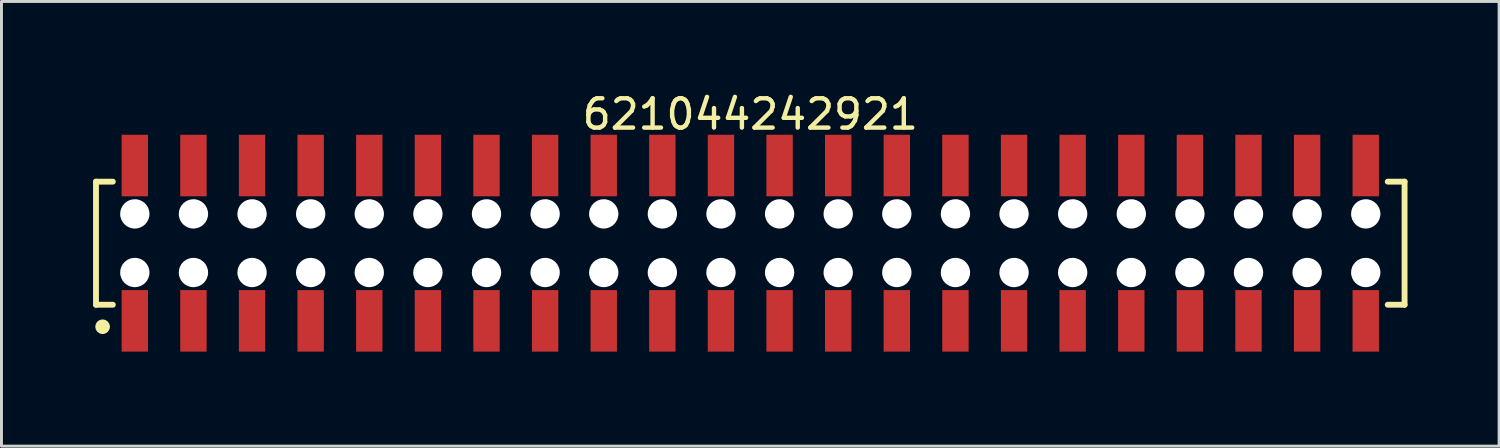
<source format=kicad_pcb>
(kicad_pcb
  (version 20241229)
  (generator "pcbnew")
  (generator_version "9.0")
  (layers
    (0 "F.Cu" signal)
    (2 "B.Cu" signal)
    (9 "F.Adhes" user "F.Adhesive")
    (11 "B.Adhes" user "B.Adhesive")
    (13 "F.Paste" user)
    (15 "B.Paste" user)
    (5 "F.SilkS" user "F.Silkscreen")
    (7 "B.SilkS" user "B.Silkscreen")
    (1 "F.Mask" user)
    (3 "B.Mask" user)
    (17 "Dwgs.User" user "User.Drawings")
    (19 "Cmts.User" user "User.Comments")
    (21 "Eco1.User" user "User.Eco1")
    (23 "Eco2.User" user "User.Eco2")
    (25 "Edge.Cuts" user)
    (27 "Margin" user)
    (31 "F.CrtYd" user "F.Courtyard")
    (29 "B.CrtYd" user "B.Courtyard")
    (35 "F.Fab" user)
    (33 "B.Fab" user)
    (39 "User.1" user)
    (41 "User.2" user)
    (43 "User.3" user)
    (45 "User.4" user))
  (footprint "621044242921"
    (layer "F.Cu")
    (at 22.55 5.248)
    (property "Reference" "621044242921" (at 0 -4.4 0) (layer "F.SilkS") (effects (font (size 1 1) (thickness 0.15))))
    (fp_line (start -22.325 -2.1) (end -21.75 -2.1) (stroke (width 0.2) (type solid)) (layer "F.SilkS"))
    (fp_line (start -22.325 2.1) (end -22.325 -2.1) (stroke (width 0.2) (type solid)) (layer "F.SilkS"))
    (fp_line (start -22.325 2.1) (end -21.75 2.1) (stroke (width 0.2) (type solid)) (layer "F.SilkS"))
    (fp_line (start 21.75 -2.1) (end 22.325 -2.1) (stroke (width 0.2) (type solid)) (layer "F.SilkS"))
    (fp_line (start 21.75 2.1) (end 22.325 2.1) (stroke (width 0.2) (type solid)) (layer "F.SilkS"))
    (fp_line (start 22.325 2.1) (end 22.325 -2.1) (stroke (width 0.2) (type solid)) (layer "F.SilkS"))
    (fp_circle (center -22.1 2.85) (end -22.1 2.725) (stroke (width 0.25) (type solid)) (fill no) (layer "F.SilkS"))
    (fp_line (start -22.525 -3.9) (end 22.525 -3.9) (stroke (width 0.05) (type solid)) (layer "Eco2.User"))
    (fp_line (start -22.525 3.9) (end -22.525 -3.9) (stroke (width 0.05) (type solid)) (layer "Eco2.User"))
    (fp_line (start -22.525 3.9) (end 22.525 3.9) (stroke (width 0.05) (type solid)) (layer "Eco2.User"))
    (fp_line (start -22.2 -2) (end 22.2 -2) (stroke (width 0.1) (type solid)) (layer "Eco2.User"))
    (fp_line (start -22.2 2) (end -22.2 -2) (stroke (width 0.1) (type solid)) (layer "Eco2.User"))
    (fp_line (start -22.2 2) (end 22.2 2) (stroke (width 0.1) (type solid)) (layer "Eco2.User"))
    (fp_line (start -21.25 -3.1) (end -20.75 -3.1) (stroke (width 0.1) (type solid)) (layer "Eco2.User"))
    (fp_line (start -21.25 -2) (end -21.25 -3.1) (stroke (width 0.1) (type solid)) (layer "Eco2.User"))
    (fp_line (start -21.25 3.1) (end -21.25 2) (stroke (width 0.1) (type solid)) (layer "Eco2.User"))
    (fp_line (start -21.25 3.1) (end -20.75 3.1) (stroke (width 0.1) (type solid)) (layer "Eco2.User"))
    (fp_line (start -20.75 -2) (end -20.75 -3.1) (stroke (width 0.1) (type solid)) (layer "Eco2.User"))
    (fp_line (start -20.75 3.1) (end -20.75 2) (stroke (width 0.1) (type solid)) (layer "Eco2.User"))
    (fp_line (start -19.25 -3.1) (end -18.75 -3.1) (stroke (width 0.1) (type solid)) (layer "Eco2.User"))
    (fp_line (start -19.25 -2) (end -19.25 -3.1) (stroke (width 0.1) (type solid)) (layer "Eco2.User"))
    (fp_line (start -19.25 3.1) (end -19.25 2) (stroke (width 0.1) (type solid)) (layer "Eco2.User"))
    (fp_line (start -19.25 3.1) (end -18.75 3.1) (stroke (width 0.1) (type solid)) (layer "Eco2.User"))
    (fp_line (start -18.75 -2) (end -18.75 -3.1) (stroke (width 0.1) (type solid)) (layer "Eco2.User"))
    (fp_line (start -18.75 3.1) (end -18.75 2) (stroke (width 0.1) (type solid)) (layer "Eco2.User"))
    (fp_line (start -17.25 -3.1) (end -16.75 -3.1) (stroke (width 0.1) (type solid)) (layer "Eco2.User"))
    (fp_line (start -17.25 -2) (end -17.25 -3.1) (stroke (width 0.1) (type solid)) (layer "Eco2.User"))
    (fp_line (start -17.25 3.1) (end -17.25 2) (stroke (width 0.1) (type solid)) (layer "Eco2.User"))
    (fp_line (start -17.25 3.1) (end -16.75 3.1) (stroke (width 0.1) (type solid)) (layer "Eco2.User"))
    (fp_line (start -16.75 -2) (end -16.75 -3.1) (stroke (width 0.1) (type solid)) (layer "Eco2.User"))
    (fp_line (start -16.75 3.1) (end -16.75 2) (stroke (width 0.1) (type solid)) (layer "Eco2.User"))
    (fp_line (start -15.25 -3.1) (end -14.75 -3.1) (stroke (width 0.1) (type solid)) (layer "Eco2.User"))
    (fp_line (start -15.25 -2) (end -15.25 -3.1) (stroke (width 0.1) (type solid)) (layer "Eco2.User"))
    (fp_line (start -15.25 3.1) (end -15.25 2) (stroke (width 0.1) (type solid)) (layer "Eco2.User"))
    (fp_line (start -15.25 3.1) (end -14.75 3.1) (stroke (width 0.1) (type solid)) (layer "Eco2.User"))
    (fp_line (start -14.75 -2) (end -14.75 -3.1) (stroke (width 0.1) (type solid)) (layer "Eco2.User"))
    (fp_line (start -14.75 3.1) (end -14.75 2) (stroke (width 0.1) (type solid)) (layer "Eco2.User"))
    (fp_line (start -13.25 -3.1) (end -12.75 -3.1) (stroke (width 0.1) (type solid)) (layer "Eco2.User"))
    (fp_line (start -13.25 -2) (end -13.25 -3.1) (stroke (width 0.1) (type solid)) (layer "Eco2.User"))
    (fp_line (start -13.25 3.1) (end -13.25 2) (stroke (width 0.1) (type solid)) (layer "Eco2.User"))
    (fp_line (start -13.25 3.1) (end -12.75 3.1) (stroke (width 0.1) (type solid)) (layer "Eco2.User"))
    (fp_line (start -12.75 -2) (end -12.75 -3.1) (stroke (width 0.1) (type solid)) (layer "Eco2.User"))
    (fp_line (start -12.75 3.1) (end -12.75 2) (stroke (width 0.1) (type solid)) (layer "Eco2.User"))
    (fp_line (start -11.25 -3.1) (end -10.75 -3.1) (stroke (width 0.1) (type solid)) (layer "Eco2.User"))
    (fp_line (start -11.25 -2) (end -11.25 -3.1) (stroke (width 0.1) (type solid)) (layer "Eco2.User"))
    (fp_line (start -11.25 3.1) (end -11.25 2) (stroke (width 0.1) (type solid)) (layer "Eco2.User"))
    (fp_line (start -11.25 3.1) (end -10.75 3.1) (stroke (width 0.1) (type solid)) (layer "Eco2.User"))
    (fp_line (start -10.75 -2) (end -10.75 -3.1) (stroke (width 0.1) (type solid)) (layer "Eco2.User"))
    (fp_line (start -10.75 3.1) (end -10.75 2) (stroke (width 0.1) (type solid)) (layer "Eco2.User"))
    (fp_line (start -9.25 -3.1) (end -8.75 -3.1) (stroke (width 0.1) (type solid)) (layer "Eco2.User"))
    (fp_line (start -9.25 -2) (end -9.25 -3.1) (stroke (width 0.1) (type solid)) (layer "Eco2.User"))
    (fp_line (start -9.25 3.1) (end -9.25 2) (stroke (width 0.1) (type solid)) (layer "Eco2.User"))
    (fp_line (start -9.25 3.1) (end -8.75 3.1) (stroke (width 0.1) (type solid)) (layer "Eco2.User"))
    (fp_line (start -8.75 -2) (end -8.75 -3.1) (stroke (width 0.1) (type solid)) (layer "Eco2.User"))
    (fp_line (start -8.75 3.1) (end -8.75 2) (stroke (width 0.1) (type solid)) (layer "Eco2.User"))
    (fp_line (start -7.25 -3.1) (end -6.75 -3.1) (stroke (width 0.1) (type solid)) (layer "Eco2.User"))
    (fp_line (start -7.25 -2) (end -7.25 -3.1) (stroke (width 0.1) (type solid)) (layer "Eco2.User"))
    (fp_line (start -7.25 3.1) (end -7.25 2) (stroke (width 0.1) (type solid)) (layer "Eco2.User"))
    (fp_line (start -7.25 3.1) (end -6.75 3.1) (stroke (width 0.1) (type solid)) (layer "Eco2.User"))
    (fp_line (start -6.75 -2) (end -6.75 -3.1) (stroke (width 0.1) (type solid)) (layer "Eco2.User"))
    (fp_line (start -6.75 3.1) (end -6.75 2) (stroke (width 0.1) (type solid)) (layer "Eco2.User"))
    (fp_line (start -5.25 -3.1) (end -4.75 -3.1) (stroke (width 0.1) (type solid)) (layer "Eco2.User"))
    (fp_line (start -5.25 -2) (end -5.25 -3.1) (stroke (width 0.1) (type solid)) (layer "Eco2.User"))
    (fp_line (start -5.25 3.1) (end -5.25 2) (stroke (width 0.1) (type solid)) (layer "Eco2.User"))
    (fp_line (start -5.25 3.1) (end -4.75 3.1) (stroke (width 0.1) (type solid)) (layer "Eco2.User"))
    (fp_line (start -4.75 -2) (end -4.75 -3.1) (stroke (width 0.1) (type solid)) (layer "Eco2.User"))
    (fp_line (start -4.75 3.1) (end -4.75 2) (stroke (width 0.1) (type solid)) (layer "Eco2.User"))
    (fp_line (start -3.25 -3.1) (end -2.75 -3.1) (stroke (width 0.1) (type solid)) (layer "Eco2.User"))
    (fp_line (start -3.25 -2) (end -3.25 -3.1) (stroke (width 0.1) (type solid)) (layer "Eco2.User"))
    (fp_line (start -3.25 3.1) (end -3.25 2) (stroke (width 0.1) (type solid)) (layer "Eco2.User"))
    (fp_line (start -3.25 3.1) (end -2.75 3.1) (stroke (width 0.1) (type solid)) (layer "Eco2.User"))
    (fp_line (start -2.75 -2) (end -2.75 -3.1) (stroke (width 0.1) (type solid)) (layer "Eco2.User"))
    (fp_line (start -2.75 3.1) (end -2.75 2) (stroke (width 0.1) (type solid)) (layer "Eco2.User"))
    (fp_line (start -1.25 -3.1) (end -0.75 -3.1) (stroke (width 0.1) (type solid)) (layer "Eco2.User"))
    (fp_line (start -1.25 -2) (end -1.25 -3.1) (stroke (width 0.1) (type solid)) (layer "Eco2.User"))
    (fp_line (start -1.25 3.1) (end -1.25 2) (stroke (width 0.1) (type solid)) (layer "Eco2.User"))
    (fp_line (start -1.25 3.1) (end -0.75 3.1) (stroke (width 0.1) (type solid)) (layer "Eco2.User"))
    (fp_line (start -0.75 -2) (end -0.75 -3.1) (stroke (width 0.1) (type solid)) (layer "Eco2.User"))
    (fp_line (start -0.75 3.1) (end -0.75 2) (stroke (width 0.1) (type solid)) (layer "Eco2.User"))
    (fp_line (start -0.5 0) (end 0.5 0) (stroke (width 0.05) (type solid)) (layer "Eco2.User"))
    (fp_line (start 0 0.5) (end 0 -0.5) (stroke (width 0.05) (type solid)) (layer "Eco2.User"))
    (fp_line (start 0.75 -3.1) (end 1.25 -3.1) (stroke (width 0.1) (type solid)) (layer "Eco2.User"))
    (fp_line (start 0.75 -2) (end 0.75 -3.1) (stroke (width 0.1) (type solid)) (layer "Eco2.User"))
    (fp_line (start 0.75 3.1) (end 0.75 2) (stroke (width 0.1) (type solid)) (layer "Eco2.User"))
    (fp_line (start 0.75 3.1) (end 1.25 3.1) (stroke (width 0.1) (type solid)) (layer "Eco2.User"))
    (fp_line (start 1.25 -2) (end 1.25 -3.1) (stroke (width 0.1) (type solid)) (layer "Eco2.User"))
    (fp_line (start 1.25 3.1) (end 1.25 2) (stroke (width 0.1) (type solid)) (layer "Eco2.User"))
    (fp_line (start 2.75 -3.1) (end 3.25 -3.1) (stroke (width 0.1) (type solid)) (layer "Eco2.User"))
    (fp_line (start 2.75 -2) (end 2.75 -3.1) (stroke (width 0.1) (type solid)) (layer "Eco2.User"))
    (fp_line (start 2.75 3.1) (end 2.75 2) (stroke (width 0.1) (type solid)) (layer "Eco2.User"))
    (fp_line (start 2.75 3.1) (end 3.25 3.1) (stroke (width 0.1) (type solid)) (layer "Eco2.User"))
    (fp_line (start 3.25 -2) (end 3.25 -3.1) (stroke (width 0.1) (type solid)) (layer "Eco2.User"))
    (fp_line (start 3.25 3.1) (end 3.25 2) (stroke (width 0.1) (type solid)) (layer "Eco2.User"))
    (fp_line (start 4.75 -3.1) (end 5.25 -3.1) (stroke (width 0.1) (type solid)) (layer "Eco2.User"))
    (fp_line (start 4.75 -2) (end 4.75 -3.1) (stroke (width 0.1) (type solid)) (layer "Eco2.User"))
    (fp_line (start 4.75 3.1) (end 4.75 2) (stroke (width 0.1) (type solid)) (layer "Eco2.User"))
    (fp_line (start 4.75 3.1) (end 5.25 3.1) (stroke (width 0.1) (type solid)) (layer "Eco2.User"))
    (fp_line (start 5.25 -2) (end 5.25 -3.1) (stroke (width 0.1) (type solid)) (layer "Eco2.User"))
    (fp_line (start 5.25 3.1) (end 5.25 2) (stroke (width 0.1) (type solid)) (layer "Eco2.User"))
    (fp_line (start 6.75 -3.1) (end 7.25 -3.1) (stroke (width 0.1) (type solid)) (layer "Eco2.User"))
    (fp_line (start 6.75 -2) (end 6.75 -3.1) (stroke (width 0.1) (type solid)) (layer "Eco2.User"))
    (fp_line (start 6.75 3.1) (end 6.75 2) (stroke (width 0.1) (type solid)) (layer "Eco2.User"))
    (fp_line (start 6.75 3.1) (end 7.25 3.1) (stroke (width 0.1) (type solid)) (layer "Eco2.User"))
    (fp_line (start 7.25 -2) (end 7.25 -3.1) (stroke (width 0.1) (type solid)) (layer "Eco2.User"))
    (fp_line (start 7.25 3.1) (end 7.25 2) (stroke (width 0.1) (type solid)) (layer "Eco2.User"))
    (fp_line (start 8.75 -3.1) (end 9.25 -3.1) (stroke (width 0.1) (type solid)) (layer "Eco2.User"))
    (fp_line (start 8.75 -2) (end 8.75 -3.1) (stroke (width 0.1) (type solid)) (layer "Eco2.User"))
    (fp_line (start 8.75 3.1) (end 8.75 2) (stroke (width 0.1) (type solid)) (layer "Eco2.User"))
    (fp_line (start 8.75 3.1) (end 9.25 3.1) (stroke (width 0.1) (type solid)) (layer "Eco2.User"))
    (fp_line (start 9.25 -2) (end 9.25 -3.1) (stroke (width 0.1) (type solid)) (layer "Eco2.User"))
    (fp_line (start 9.25 3.1) (end 9.25 2) (stroke (width 0.1) (type solid)) (layer "Eco2.User"))
    (fp_line (start 10.75 -3.1) (end 11.25 -3.1) (stroke (width 0.1) (type solid)) (layer "Eco2.User"))
    (fp_line (start 10.75 -2) (end 10.75 -3.1) (stroke (width 0.1) (type solid)) (layer "Eco2.User"))
    (fp_line (start 10.75 3.1) (end 10.75 2) (stroke (width 0.1) (type solid)) (layer "Eco2.User"))
    (fp_line (start 10.75 3.1) (end 11.25 3.1) (stroke (width 0.1) (type solid)) (layer "Eco2.User"))
    (fp_line (start 11.25 -2) (end 11.25 -3.1) (stroke (width 0.1) (type solid)) (layer "Eco2.User"))
    (fp_line (start 11.25 3.1) (end 11.25 2) (stroke (width 0.1) (type solid)) (layer "Eco2.User"))
    (fp_line (start 12.75 -3.1) (end 13.25 -3.1) (stroke (width 0.1) (type solid)) (layer "Eco2.User"))
    (fp_line (start 12.75 -2) (end 12.75 -3.1) (stroke (width 0.1) (type solid)) (layer "Eco2.User"))
    (fp_line (start 12.75 3.1) (end 12.75 2) (stroke (width 0.1) (type solid)) (layer "Eco2.User"))
    (fp_line (start 12.75 3.1) (end 13.25 3.1) (stroke (width 0.1) (type solid)) (layer "Eco2.User"))
    (fp_line (start 13.25 -2) (end 13.25 -3.1) (stroke (width 0.1) (type solid)) (layer "Eco2.User"))
    (fp_line (start 13.25 3.1) (end 13.25 2) (stroke (width 0.1) (type solid)) (layer "Eco2.User"))
    (fp_line (start 14.75 -3.1) (end 15.25 -3.1) (stroke (width 0.1) (type solid)) (layer "Eco2.User"))
    (fp_line (start 14.75 -2) (end 14.75 -3.1) (stroke (width 0.1) (type solid)) (layer "Eco2.User"))
    (fp_line (start 14.75 3.1) (end 14.75 2) (stroke (width 0.1) (type solid)) (layer "Eco2.User"))
    (fp_line (start 14.75 3.1) (end 15.25 3.1) (stroke (width 0.1) (type solid)) (layer "Eco2.User"))
    (fp_line (start 15.25 -2) (end 15.25 -3.1) (stroke (width 0.1) (type solid)) (layer "Eco2.User"))
    (fp_line (start 15.25 3.1) (end 15.25 2) (stroke (width 0.1) (type solid)) (layer "Eco2.User"))
    (fp_line (start 16.75 -3.1) (end 17.25 -3.1) (stroke (width 0.1) (type solid)) (layer "Eco2.User"))
    (fp_line (start 16.75 -2) (end 16.75 -3.1) (stroke (width 0.1) (type solid)) (layer "Eco2.User"))
    (fp_line (start 16.75 3.1) (end 16.75 2) (stroke (width 0.1) (type solid)) (layer "Eco2.User"))
    (fp_line (start 16.75 3.1) (end 17.25 3.1) (stroke (width 0.1) (type solid)) (layer "Eco2.User"))
    (fp_line (start 17.25 -2) (end 17.25 -3.1) (stroke (width 0.1) (type solid)) (layer "Eco2.User"))
    (fp_line (start 17.25 3.1) (end 17.25 2) (stroke (width 0.1) (type solid)) (layer "Eco2.User"))
    (fp_line (start 18.75 -3.1) (end 19.25 -3.1) (stroke (width 0.1) (type solid)) (layer "Eco2.User"))
    (fp_line (start 18.75 -2) (end 18.75 -3.1) (stroke (width 0.1) (type solid)) (layer "Eco2.User"))
    (fp_line (start 18.75 3.1) (end 18.75 2) (stroke (width 0.1) (type solid)) (layer "Eco2.User"))
    (fp_line (start 18.75 3.1) (end 19.25 3.1) (stroke (width 0.1) (type solid)) (layer "Eco2.User"))
    (fp_line (start 19.25 -2) (end 19.25 -3.1) (stroke (width 0.1) (type solid)) (layer "Eco2.User"))
    (fp_line (start 19.25 3.1) (end 19.25 2) (stroke (width 0.1) (type solid)) (layer "Eco2.User"))
    (fp_line (start 20.75 -3.1) (end 21.25 -3.1) (stroke (width 0.1) (type solid)) (layer "Eco2.User"))
    (fp_line (start 20.75 -2) (end 20.75 -3.1) (stroke (width 0.1) (type solid)) (layer "Eco2.User"))
    (fp_line (start 20.75 3.1) (end 20.75 2) (stroke (width 0.1) (type solid)) (layer "Eco2.User"))
    (fp_line (start 20.75 3.1) (end 21.25 3.1) (stroke (width 0.1) (type solid)) (layer "Eco2.User"))
    (fp_line (start 21.25 -2) (end 21.25 -3.1) (stroke (width 0.1) (type solid)) (layer "Eco2.User"))
    (fp_line (start 21.25 3.1) (end 21.25 2) (stroke (width 0.1) (type solid)) (layer "Eco2.User"))
    (fp_line (start 22.2 2) (end 22.2 -2) (stroke (width 0.1) (type solid)) (layer "Eco2.User"))
    (fp_line (start 22.525 3.9) (end 22.525 -3.9) (stroke (width 0.05) (type solid)) (layer "Eco2.User"))
    (fp_text user "${REFERENCE}" (at 0.15 -0.197 0) (unlocked yes) (layer "User.3") (effects (font (size 1.5 1.5) (thickness 0.15))))
    (pad "" np_thru_hole circle (at -21 -1) (size 1 1) (drill 1) (layers "*.Cu" "*.Mask"))
    (pad "" np_thru_hole circle (at -21 1) (size 1 1) (drill 1) (layers "*.Cu" "*.Mask"))
    (pad "" np_thru_hole circle (at -19 -1) (size 1 1) (drill 1) (layers "*.Cu" "*.Mask"))
    (pad "" np_thru_hole circle (at -19 1) (size 1 1) (drill 1) (layers "*.Cu" "*.Mask"))
    (pad "" np_thru_hole circle (at -17 -1) (size 1 1) (drill 1) (layers "*.Cu" "*.Mask"))
    (pad "" np_thru_hole circle (at -17 1) (size 1 1) (drill 1) (layers "*.Cu" "*.Mask"))
    (pad "" np_thru_hole circle (at -15 -1) (size 1 1) (drill 1) (layers "*.Cu" "*.Mask"))
    (pad "" np_thru_hole circle (at -15 1) (size 1 1) (drill 1) (layers "*.Cu" "*.Mask"))
    (pad "" np_thru_hole circle (at -13 -1) (size 1 1) (drill 1) (layers "*.Cu" "*.Mask"))
    (pad "" np_thru_hole circle (at -13 1) (size 1 1) (drill 1) (layers "*.Cu" "*.Mask"))
    (pad "" np_thru_hole circle (at -11 -1) (size 1 1) (drill 1) (layers "*.Cu" "*.Mask"))
    (pad "" np_thru_hole circle (at -11 1) (size 1 1) (drill 1) (layers "*.Cu" "*.Mask"))
    (pad "" np_thru_hole circle (at -9 -1) (size 1 1) (drill 1) (layers "*.Cu" "*.Mask"))
    (pad "" np_thru_hole circle (at -9 1) (size 1 1) (drill 1) (layers "*.Cu" "*.Mask"))
    (pad "" np_thru_hole circle (at -7 -1) (size 1 1) (drill 1) (layers "*.Cu" "*.Mask"))
    (pad "" np_thru_hole circle (at -7 1) (size 1 1) (drill 1) (layers "*.Cu" "*.Mask"))
    (pad "" np_thru_hole circle (at -5 -1) (size 1 1) (drill 1) (layers "*.Cu" "*.Mask"))
    (pad "" np_thru_hole circle (at -5 1) (size 1 1) (drill 1) (layers "*.Cu" "*.Mask"))
    (pad "" np_thru_hole circle (at -3 -1) (size 1 1) (drill 1) (layers "*.Cu" "*.Mask"))
    (pad "" np_thru_hole circle (at -3 1) (size 1 1) (drill 1) (layers "*.Cu" "*.Mask"))
    (pad "" np_thru_hole circle (at -1 -1) (size 1 1) (drill 1) (layers "*.Cu" "*.Mask"))
    (pad "" np_thru_hole circle (at -1 1) (size 1 1) (drill 1) (layers "*.Cu" "*.Mask"))
    (pad "" np_thru_hole circle (at 1 -1) (size 1 1) (drill 1) (layers "*.Cu" "*.Mask"))
    (pad "" np_thru_hole circle (at 1 1) (size 1 1) (drill 1) (layers "*.Cu" "*.Mask"))
    (pad "" np_thru_hole circle (at 3 -1) (size 1 1) (drill 1) (layers "*.Cu" "*.Mask"))
    (pad "" np_thru_hole circle (at 3 1) (size 1 1) (drill 1) (layers "*.Cu" "*.Mask"))
    (pad "" np_thru_hole circle (at 5 -1) (size 1 1) (drill 1) (layers "*.Cu" "*.Mask"))
    (pad "" np_thru_hole circle (at 5 1) (size 1 1) (drill 1) (layers "*.Cu" "*.Mask"))
    (pad "" np_thru_hole circle (at 7 -1) (size 1 1) (drill 1) (layers "*.Cu" "*.Mask"))
    (pad "" np_thru_hole circle (at 7 1) (size 1 1) (drill 1) (layers "*.Cu" "*.Mask"))
    (pad "" np_thru_hole circle (at 9 -1) (size 1 1) (drill 1) (layers "*.Cu" "*.Mask"))
    (pad "" np_thru_hole circle (at 9 1) (size 1 1) (drill 1) (layers "*.Cu" "*.Mask"))
    (pad "" np_thru_hole circle (at 11 -1) (size 1 1) (drill 1) (layers "*.Cu" "*.Mask"))
    (pad "" np_thru_hole circle (at 11 1) (size 1 1) (drill 1) (layers "*.Cu" "*.Mask"))
    (pad "" np_thru_hole circle (at 13 -1) (size 1 1) (drill 1) (layers "*.Cu" "*.Mask"))
    (pad "" np_thru_hole circle (at 13 1) (size 1 1) (drill 1) (layers "*.Cu" "*.Mask"))
    (pad "" np_thru_hole circle (at 15 -1) (size 1 1) (drill 1) (layers "*.Cu" "*.Mask"))
    (pad "" np_thru_hole circle (at 15 1) (size 1 1) (drill 1) (layers "*.Cu" "*.Mask"))
    (pad "" np_thru_hole circle (at 17 -1) (size 1 1) (drill 1) (layers "*.Cu" "*.Mask"))
    (pad "" np_thru_hole circle (at 17 1) (size 1 1) (drill 1) (layers "*.Cu" "*.Mask"))
    (pad "" np_thru_hole circle (at 19 -1) (size 1 1) (drill 1) (layers "*.Cu" "*.Mask"))
    (pad "" np_thru_hole circle (at 19 1) (size 1 1) (drill 1) (layers "*.Cu" "*.Mask"))
    (pad "" np_thru_hole circle (at 21 -1) (size 1 1) (drill 1) (layers "*.Cu" "*.Mask"))
    (pad "" np_thru_hole circle (at 21 1) (size 1 1) (drill 1) (layers "*.Cu" "*.Mask"))
    (pad "1" smd rect (at -21 2.65) (size 0.9 2.1) (layers "F.Cu" "F.Mask" "F.Paste"))
    (pad "2" smd rect (at -21 -2.65) (size 0.9 2.1) (layers "F.Cu" "F.Mask" "F.Paste"))
    (pad "3" smd rect (at -19 2.65) (size 0.9 2.1) (layers "F.Cu" "F.Mask" "F.Paste"))
    (pad "4" smd rect (at -19 -2.65) (size 0.9 2.1) (layers "F.Cu" "F.Mask" "F.Paste"))
    (pad "5" smd rect (at -17 2.65) (size 0.9 2.1) (layers "F.Cu" "F.Mask" "F.Paste"))
    (pad "6" smd rect (at -17 -2.65) (size 0.9 2.1) (layers "F.Cu" "F.Mask" "F.Paste"))
    (pad "7" smd rect (at -15 2.65) (size 0.9 2.1) (layers "F.Cu" "F.Mask" "F.Paste"))
    (pad "8" smd rect (at -15 -2.65) (size 0.9 2.1) (layers "F.Cu" "F.Mask" "F.Paste"))
    (pad "9" smd rect (at -13 2.65) (size 0.9 2.1) (layers "F.Cu" "F.Mask" "F.Paste"))
    (pad "10" smd rect (at -13 -2.65) (size 0.9 2.1) (layers "F.Cu" "F.Mask" "F.Paste"))
    (pad "11" smd rect (at -11 2.65) (size 0.9 2.1) (layers "F.Cu" "F.Mask" "F.Paste"))
    (pad "12" smd rect (at -11 -2.65) (size 0.9 2.1) (layers "F.Cu" "F.Mask" "F.Paste"))
    (pad "13" smd rect (at -9 2.65) (size 0.9 2.1) (layers "F.Cu" "F.Mask" "F.Paste"))
    (pad "14" smd rect (at -9 -2.65) (size 0.9 2.1) (layers "F.Cu" "F.Mask" "F.Paste"))
    (pad "15" smd rect (at -7 2.65) (size 0.9 2.1) (layers "F.Cu" "F.Mask" "F.Paste"))
    (pad "16" smd rect (at -7 -2.65) (size 0.9 2.1) (layers "F.Cu" "F.Mask" "F.Paste"))
    (pad "17" smd rect (at -5 2.65) (size 0.9 2.1) (layers "F.Cu" "F.Mask" "F.Paste"))
    (pad "18" smd rect (at -5 -2.65) (size 0.9 2.1) (layers "F.Cu" "F.Mask" "F.Paste"))
    (pad "19" smd rect (at -3 2.65) (size 0.9 2.1) (layers "F.Cu" "F.Mask" "F.Paste"))
    (pad "20" smd rect (at -3 -2.65) (size 0.9 2.1) (layers "F.Cu" "F.Mask" "F.Paste"))
    (pad "21" smd rect (at -1 2.65) (size 0.9 2.1) (layers "F.Cu" "F.Mask" "F.Paste"))
    (pad "22" smd rect (at -1 -2.65) (size 0.9 2.1) (layers "F.Cu" "F.Mask" "F.Paste"))
    (pad "23" smd rect (at 1 2.65) (size 0.9 2.1) (layers "F.Cu" "F.Mask" "F.Paste"))
    (pad "24" smd rect (at 1 -2.65) (size 0.9 2.1) (layers "F.Cu" "F.Mask" "F.Paste"))
    (pad "25" smd rect (at 3 2.65) (size 0.9 2.1) (layers "F.Cu" "F.Mask" "F.Paste"))
    (pad "26" smd rect (at 3 -2.65) (size 0.9 2.1) (layers "F.Cu" "F.Mask" "F.Paste"))
    (pad "27" smd rect (at 5 2.65) (size 0.9 2.1) (layers "F.Cu" "F.Mask" "F.Paste"))
    (pad "28" smd rect (at 5 -2.65) (size 0.9 2.1) (layers "F.Cu" "F.Mask" "F.Paste"))
    (pad "29" smd rect (at 7 2.65) (size 0.9 2.1) (layers "F.Cu" "F.Mask" "F.Paste"))
    (pad "30" smd rect (at 7 -2.65) (size 0.9 2.1) (layers "F.Cu" "F.Mask" "F.Paste"))
    (pad "31" smd rect (at 9 2.65) (size 0.9 2.1) (layers "F.Cu" "F.Mask" "F.Paste"))
    (pad "32" smd rect (at 9 -2.65) (size 0.9 2.1) (layers "F.Cu" "F.Mask" "F.Paste"))
    (pad "33" smd rect (at 11 2.65) (size 0.9 2.1) (layers "F.Cu" "F.Mask" "F.Paste"))
    (pad "34" smd rect (at 11 -2.65) (size 0.9 2.1) (layers "F.Cu" "F.Mask" "F.Paste"))
    (pad "35" smd rect (at 13 2.65) (size 0.9 2.1) (layers "F.Cu" "F.Mask" "F.Paste"))
    (pad "36" smd rect (at 13 -2.65) (size 0.9 2.1) (layers "F.Cu" "F.Mask" "F.Paste"))
    (pad "37" smd rect (at 15 2.65) (size 0.9 2.1) (layers "F.Cu" "F.Mask" "F.Paste"))
    (pad "38" smd rect (at 15 -2.65) (size 0.9 2.1) (layers "F.Cu" "F.Mask" "F.Paste"))
    (pad "39" smd rect (at 17 2.65) (size 0.9 2.1) (layers "F.Cu" "F.Mask" "F.Paste"))
    (pad "40" smd rect (at 17 -2.65) (size 0.9 2.1) (layers "F.Cu" "F.Mask" "F.Paste"))
    (pad "41" smd rect (at 19 2.65) (size 0.9 2.1) (layers "F.Cu" "F.Mask" "F.Paste"))
    (pad "42" smd rect (at 19 -2.65) (size 0.9 2.1) (layers "F.Cu" "F.Mask" "F.Paste"))
    (pad "43" smd rect (at 21 2.65) (size 0.9 2.1) (layers "F.Cu" "F.Mask" "F.Paste"))
    (pad "44" smd rect (at 21 -2.65) (size 0.9 2.1) (layers "F.Cu" "F.Mask" "F.Paste")))
  (gr_rect
    (start -3 -3)
    (end 48.1 12.173)
    (stroke (width 0.1) (type default))
    (fill no)
    (layer "Edge.Cuts")))
</source>
